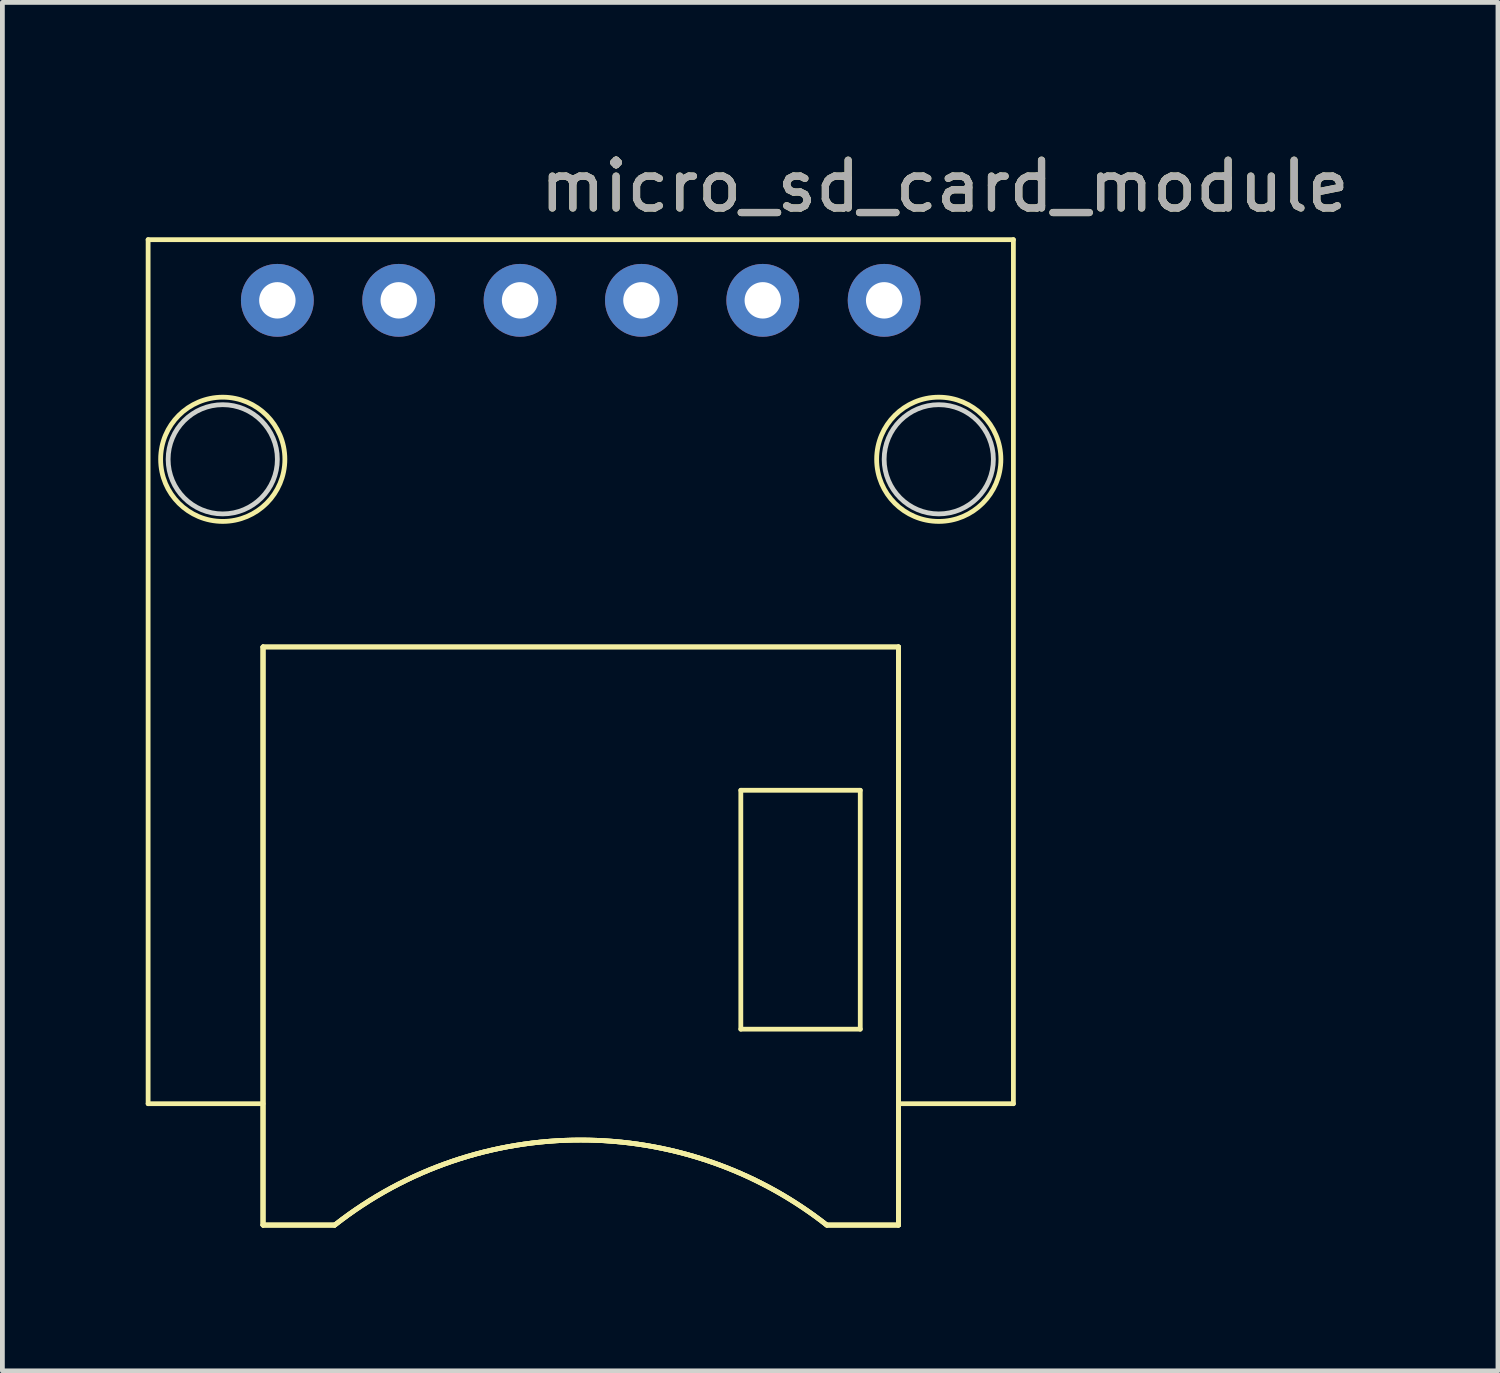
<source format=kicad_pcb>
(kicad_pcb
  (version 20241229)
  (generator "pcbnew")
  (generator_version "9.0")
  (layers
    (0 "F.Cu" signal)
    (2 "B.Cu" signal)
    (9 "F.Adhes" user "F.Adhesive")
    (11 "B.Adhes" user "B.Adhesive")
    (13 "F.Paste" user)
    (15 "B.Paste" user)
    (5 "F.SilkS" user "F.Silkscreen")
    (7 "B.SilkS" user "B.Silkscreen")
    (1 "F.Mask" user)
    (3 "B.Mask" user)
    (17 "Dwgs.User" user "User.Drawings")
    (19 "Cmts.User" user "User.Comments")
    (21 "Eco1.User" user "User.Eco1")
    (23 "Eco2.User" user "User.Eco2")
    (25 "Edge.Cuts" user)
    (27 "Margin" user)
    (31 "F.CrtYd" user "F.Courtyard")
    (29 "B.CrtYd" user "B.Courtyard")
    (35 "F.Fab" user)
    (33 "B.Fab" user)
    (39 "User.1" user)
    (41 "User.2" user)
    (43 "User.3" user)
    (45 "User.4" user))
  (footprint "micro_sd_card_module"
    (layer "F.Cu")
    (at 9.105 12.278)
    (property "Reference" "micro_sd_card_module" (at 7.62 -11.43 0) (unlocked yes) (layer "F.SilkS") (effects (font (size 1 1) (thickness 0.15))))
    (attr through_hole)
    (fp_line (start -9.055 -10.312) (end -9.055 7.772) (stroke (width 0.1) (type solid)) (layer "F.SilkS"))
    (fp_line (start -9.055 7.772) (end -6.65 7.772) (stroke (width 0.1) (type solid)) (layer "F.SilkS"))
    (fp_line (start -6.65 -1.788) (end -6.65 10.312) (stroke (width 0.1) (type solid)) (layer "F.SilkS"))
    (fp_line (start -6.65 -1.788) (end -6.65 10.312) (stroke (width 0.1) (type solid)) (layer "F.SilkS"))
    (fp_line (start -6.65 -1.788) (end 6.65 -1.788) (stroke (width 0.1) (type solid)) (layer "F.SilkS"))
    (fp_line (start -6.65 -1.788) (end 6.65 -1.788) (stroke (width 0.1) (type solid)) (layer "F.SilkS"))
    (fp_line (start -6.65 10.312) (end -6.65 -1.788) (stroke (width 0.1) (type solid)) (layer "F.SilkS"))
    (fp_line (start -6.65 10.312) (end -5.15 10.312) (stroke (width 0.1) (type solid)) (layer "F.SilkS"))
    (fp_line (start -6.65 10.312) (end -5.15 10.312) (stroke (width 0.1) (type solid)) (layer "F.SilkS"))
    (fp_line (start -5.15 10.312) (end -6.65 10.312) (stroke (width 0.1) (type solid)) (layer "F.SilkS"))
    (fp_line (start 3.35 1.212) (end 5.85 1.212) (stroke (width 0.1) (type solid)) (layer "F.SilkS"))
    (fp_line (start 3.35 6.212) (end 3.35 1.212) (stroke (width 0.1) (type solid)) (layer "F.SilkS"))
    (fp_line (start 5.15 10.312) (end 6.65 10.312) (stroke (width 0.1) (type solid)) (layer "F.SilkS"))
    (fp_line (start 5.85 1.212) (end 5.85 6.212) (stroke (width 0.1) (type solid)) (layer "F.SilkS"))
    (fp_line (start 5.85 6.212) (end 3.35 6.212) (stroke (width 0.1) (type solid)) (layer "F.SilkS"))
    (fp_line (start 6.65 -1.788) (end 6.65 10.312) (stroke (width 0.1) (type solid)) (layer "F.SilkS"))
    (fp_line (start 6.65 7.772) (end 9.055 7.772) (stroke (width 0.1) (type solid)) (layer "F.SilkS"))
    (fp_line (start 6.65 10.312) (end 5.15 10.312) (stroke (width 0.1) (type solid)) (layer "F.SilkS"))
    (fp_line (start 6.65 10.312) (end 5.15 10.312) (stroke (width 0.1) (type solid)) (layer "F.SilkS"))
    (fp_line (start 6.65 10.312) (end 6.65 -1.788) (stroke (width 0.1) (type solid)) (layer "F.SilkS"))
    (fp_line (start 6.65 10.312) (end 6.65 -1.788) (stroke (width 0.1) (type solid)) (layer "F.SilkS"))
    (fp_line (start 9.055 -10.312) (end -9.055 -10.312) (stroke (width 0.1) (type solid)) (layer "F.SilkS"))
    (fp_line (start 9.055 7.772) (end 9.055 -10.312) (stroke (width 0.1) (type solid)) (layer "F.SilkS"))
    (fp_arc (start -5.15 10.3124) (mid 0 8.5324) (end 5.15 10.3124) (stroke (width 0.1) (type solid)) (layer "F.SilkS"))
    (fp_arc (start -5.15 10.3124) (mid 0 8.5324) (end 5.15 10.3124) (stroke (width 0.1) (type solid)) (layer "F.SilkS"))
    (fp_arc (start -5.15 10.3124) (mid 0 8.5324) (end 5.15 10.3124) (stroke (width 0.1) (type solid)) (layer "F.SilkS"))
    (fp_circle (center -7.493 -5.715) (end -6.193 -5.715) (stroke (width 0.1) (type solid)) (fill no) (layer "F.SilkS"))
    (fp_circle (center 7.493 -5.715) (end 8.793 -5.715) (stroke (width 0.1) (type solid)) (fill no) (layer "F.SilkS"))
    (fp_circle (center -7.493 -5.715) (end -6.35 -5.715) (stroke (width 0.1) (type solid)) (fill no) (layer "Edge.Cuts"))
    (fp_circle (center 7.493 -5.715) (end 8.636 -5.715) (stroke (width 0.1) (type solid)) (fill no) (layer "Edge.Cuts"))
    (fp_text user "${REFERENCE}" (at 7.62 -11.43 0) (unlocked yes) (layer "F.Fab") (effects (font (size 1 1) (thickness 0.15))))
    (pad "1" thru_hole circle (at -6.35 -9.042) (size 1.524 1.524) (drill 0.762) (layers "*.Cu" "*.Mask"))
    (pad "2" thru_hole circle (at -3.81 -9.042) (size 1.524 1.524) (drill 0.762) (layers "*.Cu" "*.Mask"))
    (pad "3" thru_hole circle (at -1.27 -9.042) (size 1.524 1.524) (drill 0.762) (layers "*.Cu" "*.Mask"))
    (pad "4" thru_hole circle (at 1.27 -9.042) (size 1.524 1.524) (drill 0.762) (layers "*.Cu" "*.Mask"))
    (pad "5" thru_hole circle (at 3.81 -9.042) (size 1.524 1.524) (drill 0.762) (layers "*.Cu" "*.Mask"))
    (pad "6" thru_hole circle (at 6.35 -9.042) (size 1.524 1.524) (drill 0.762) (layers "*.Cu" "*.Mask")))
  (gr_rect
    (start -3 -3)
    (end 28.302 25.641)
    (stroke (width 0.1) (type default))
    (fill no)
    (layer "Edge.Cuts")))
</source>
